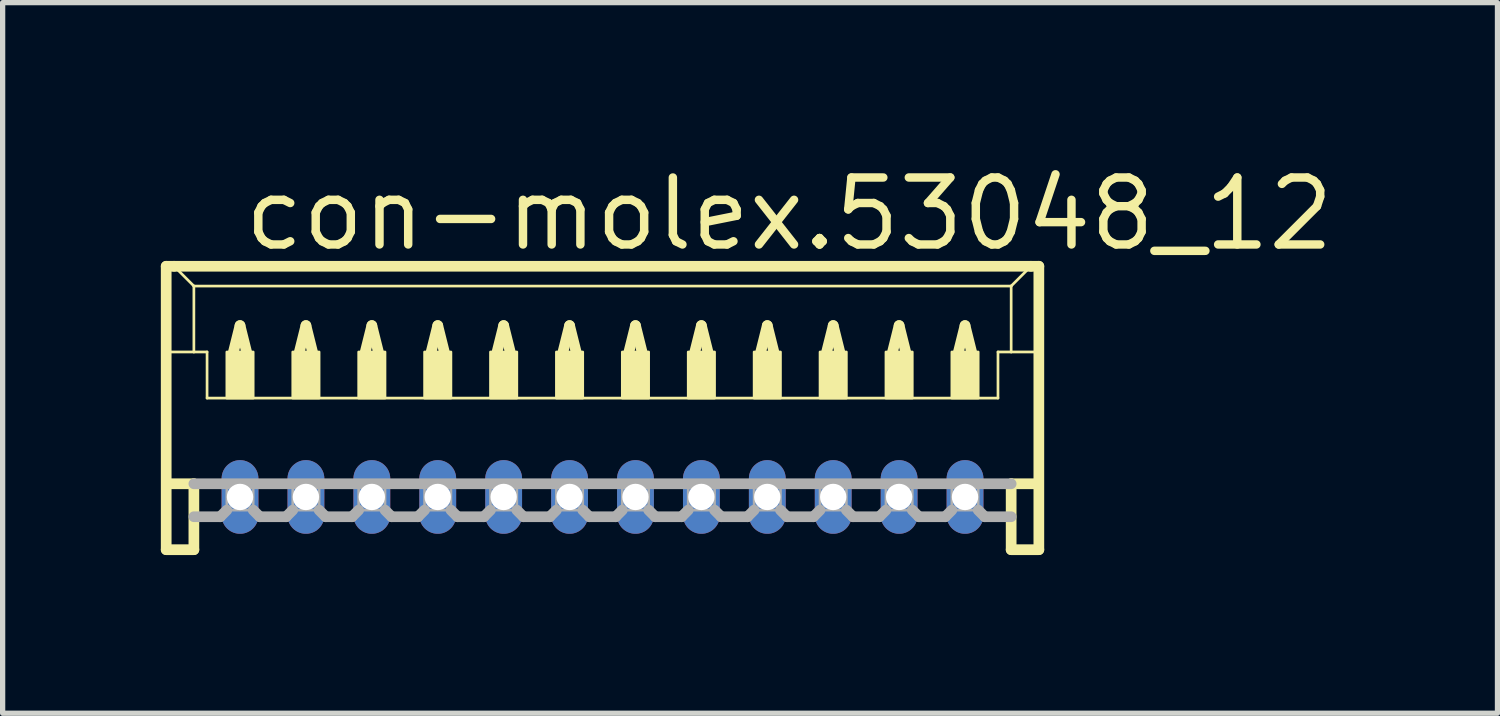
<source format=kicad_pcb>
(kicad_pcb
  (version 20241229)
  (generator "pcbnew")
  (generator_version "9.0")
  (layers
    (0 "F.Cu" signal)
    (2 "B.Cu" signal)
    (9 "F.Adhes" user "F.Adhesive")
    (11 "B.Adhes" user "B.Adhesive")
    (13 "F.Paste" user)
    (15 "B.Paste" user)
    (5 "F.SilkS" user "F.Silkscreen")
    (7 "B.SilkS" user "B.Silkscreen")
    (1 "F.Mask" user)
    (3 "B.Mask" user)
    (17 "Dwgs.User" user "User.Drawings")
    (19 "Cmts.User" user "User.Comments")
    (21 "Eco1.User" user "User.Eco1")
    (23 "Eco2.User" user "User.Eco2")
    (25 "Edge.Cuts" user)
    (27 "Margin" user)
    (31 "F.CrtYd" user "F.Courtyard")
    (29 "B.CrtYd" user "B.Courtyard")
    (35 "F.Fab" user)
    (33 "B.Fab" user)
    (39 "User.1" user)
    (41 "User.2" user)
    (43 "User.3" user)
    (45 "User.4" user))
  (footprint "con-molex.53048_12"
    (layer "F.Cu")
    (at 8.377 5.125)
    (property "Reference" "con-molex.53048_12" (at -6.875 -3.375 0) (layer "F.SilkS") (effects (font (size 1.27 1.27) (thickness 0.16)) (justify left bottom)))
    (attr through_hole)
    (fp_line (start -8.275 -3.125) (end -8.275 2.25) (stroke (width 0.203) (type default)) (layer "F.SilkS"))
    (fp_line (start -8.275 2.25) (end -7.75 2.25) (stroke (width 0.203) (type default)) (layer "F.SilkS"))
    (fp_line (start -8.25 -1.5) (end -7.75 -1.5) (stroke (width 0.051) (type default)) (layer "F.SilkS"))
    (fp_line (start -8.25 1) (end -7.75 1) (stroke (width 0.203) (type default)) (layer "F.SilkS"))
    (fp_line (start -8.125 -3.125) (end -8.275 -3.125) (stroke (width 0.203) (type default)) (layer "F.SilkS"))
    (fp_line (start -7.75 -2.75) (end -8.125 -3.125) (stroke (width 0.051) (type default)) (layer "F.SilkS"))
    (fp_line (start -7.75 -2.75) (end 7.75 -2.75) (stroke (width 0.051) (type default)) (layer "F.SilkS"))
    (fp_line (start -7.75 -1.5) (end -7.75 -2.75) (stroke (width 0.051) (type default)) (layer "F.SilkS"))
    (fp_line (start -7.75 -1.5) (end -7.5 -1.5) (stroke (width 0.051) (type default)) (layer "F.SilkS"))
    (fp_line (start -7.75 1) (end -7.75 2.25) (stroke (width 0.203) (type default)) (layer "F.SilkS"))
    (fp_line (start -7.5 -1.5) (end -7.5 -0.625) (stroke (width 0.051) (type default)) (layer "F.SilkS"))
    (fp_line (start -7.5 -0.625) (end 7.5 -0.625) (stroke (width 0.051) (type default)) (layer "F.SilkS"))
    (fp_line (start -7 -1.5) (end -6.875 -2) (stroke (width 0.203) (type default)) (layer "F.SilkS"))
    (fp_line (start -6.875 -2) (end -6.75 -1.5) (stroke (width 0.203) (type default)) (layer "F.SilkS"))
    (fp_line (start -5.75 -1.5) (end -5.625 -2) (stroke (width 0.203) (type default)) (layer "F.SilkS"))
    (fp_line (start -5.625 -2) (end -5.5 -1.5) (stroke (width 0.203) (type default)) (layer "F.SilkS"))
    (fp_line (start -4.5 -1.5) (end -4.375 -2) (stroke (width 0.203) (type default)) (layer "F.SilkS"))
    (fp_line (start -4.375 -2) (end -4.25 -1.5) (stroke (width 0.203) (type default)) (layer "F.SilkS"))
    (fp_line (start -3.25 -1.5) (end -3.125 -2) (stroke (width 0.203) (type default)) (layer "F.SilkS"))
    (fp_line (start -3.125 -2) (end -3 -1.5) (stroke (width 0.203) (type default)) (layer "F.SilkS"))
    (fp_line (start -2 -1.5) (end -1.875 -2) (stroke (width 0.203) (type default)) (layer "F.SilkS"))
    (fp_line (start -1.875 -2) (end -1.75 -1.5) (stroke (width 0.203) (type default)) (layer "F.SilkS"))
    (fp_line (start -0.75 -1.5) (end -0.625 -2) (stroke (width 0.203) (type default)) (layer "F.SilkS"))
    (fp_line (start -0.625 -2) (end -0.5 -1.5) (stroke (width 0.203) (type default)) (layer "F.SilkS"))
    (fp_line (start 0.5 -1.5) (end 0.625 -2) (stroke (width 0.203) (type default)) (layer "F.SilkS"))
    (fp_line (start 0.625 -2) (end 0.75 -1.5) (stroke (width 0.203) (type default)) (layer "F.SilkS"))
    (fp_line (start 1.75 -1.5) (end 1.875 -2) (stroke (width 0.203) (type default)) (layer "F.SilkS"))
    (fp_line (start 1.875 -2) (end 2 -1.5) (stroke (width 0.203) (type default)) (layer "F.SilkS"))
    (fp_line (start 3 -1.5) (end 3.125 -2) (stroke (width 0.203) (type default)) (layer "F.SilkS"))
    (fp_line (start 3.125 -2) (end 3.25 -1.5) (stroke (width 0.203) (type default)) (layer "F.SilkS"))
    (fp_line (start 4.25 -1.5) (end 4.375 -2) (stroke (width 0.203) (type default)) (layer "F.SilkS"))
    (fp_line (start 4.375 -2) (end 4.5 -1.5) (stroke (width 0.203) (type default)) (layer "F.SilkS"))
    (fp_line (start 5.5 -1.5) (end 5.625 -2) (stroke (width 0.203) (type default)) (layer "F.SilkS"))
    (fp_line (start 5.625 -2) (end 5.75 -1.5) (stroke (width 0.203) (type default)) (layer "F.SilkS"))
    (fp_line (start 6.75 -1.5) (end 6.875 -2) (stroke (width 0.203) (type default)) (layer "F.SilkS"))
    (fp_line (start 6.875 -2) (end 7 -1.5) (stroke (width 0.203) (type default)) (layer "F.SilkS"))
    (fp_line (start 7.5 -1.5) (end 7.5 -0.625) (stroke (width 0.051) (type default)) (layer "F.SilkS"))
    (fp_line (start 7.5 -1.5) (end 7.75 -1.5) (stroke (width 0.051) (type default)) (layer "F.SilkS"))
    (fp_line (start 7.75 -2.75) (end 7.75 -1.5) (stroke (width 0.051) (type default)) (layer "F.SilkS"))
    (fp_line (start 7.75 -2.75) (end 8.125 -3.125) (stroke (width 0.051) (type default)) (layer "F.SilkS"))
    (fp_line (start 7.75 -1.5) (end 8.25 -1.5) (stroke (width 0.051) (type default)) (layer "F.SilkS"))
    (fp_line (start 7.75 1) (end 7.75 2.25) (stroke (width 0.203) (type default)) (layer "F.SilkS"))
    (fp_line (start 7.75 1) (end 8.25 1) (stroke (width 0.203) (type default)) (layer "F.SilkS"))
    (fp_line (start 7.75 2.25) (end 8.275 2.25) (stroke (width 0.203) (type default)) (layer "F.SilkS"))
    (fp_line (start 8.125 -3.125) (end -8.125 -3.125) (stroke (width 0.203) (type default)) (layer "F.SilkS"))
    (fp_line (start 8.275 -3.125) (end 8.125 -3.125) (stroke (width 0.203) (type default)) (layer "F.SilkS"))
    (fp_line (start 8.275 2.25) (end 8.275 -3.125) (stroke (width 0.203) (type default)) (layer "F.SilkS"))
    (fp_rect (start -7.125 -0.625) (end -6.625 -1.5) (stroke (width 0.05) (type default)) (fill yes) (layer "F.SilkS"))
    (fp_rect (start -5.875 -0.625) (end -5.375 -1.5) (stroke (width 0.05) (type default)) (fill yes) (layer "F.SilkS"))
    (fp_rect (start -4.625 -0.625) (end -4.125 -1.5) (stroke (width 0.05) (type default)) (fill yes) (layer "F.SilkS"))
    (fp_rect (start -3.375 -0.625) (end -2.875 -1.5) (stroke (width 0.05) (type default)) (fill yes) (layer "F.SilkS"))
    (fp_rect (start -2.125 -0.625) (end -1.625 -1.5) (stroke (width 0.05) (type default)) (fill yes) (layer "F.SilkS"))
    (fp_rect (start -0.875 -0.625) (end -0.375 -1.5) (stroke (width 0.05) (type default)) (fill yes) (layer "F.SilkS"))
    (fp_rect (start 0.375 -0.625) (end 0.875 -1.5) (stroke (width 0.05) (type default)) (fill yes) (layer "F.SilkS"))
    (fp_rect (start 1.625 -0.625) (end 2.125 -1.5) (stroke (width 0.05) (type default)) (fill yes) (layer "F.SilkS"))
    (fp_rect (start 2.875 -0.625) (end 3.375 -1.5) (stroke (width 0.05) (type default)) (fill yes) (layer "F.SilkS"))
    (fp_rect (start 4.125 -0.625) (end 4.625 -1.5) (stroke (width 0.05) (type default)) (fill yes) (layer "F.SilkS"))
    (fp_rect (start 5.375 -0.625) (end 5.875 -1.5) (stroke (width 0.05) (type default)) (fill yes) (layer "F.SilkS"))
    (fp_rect (start 6.625 -0.625) (end 7.125 -1.5) (stroke (width 0.05) (type default)) (fill yes) (layer "F.SilkS"))
    (fp_line (start -7.75 1) (end 7.75 1) (stroke (width 0.203) (type default)) (layer "F.Fab"))
    (fp_line (start -7.25 1.625) (end -7.75 1.625) (stroke (width 0.203) (type default)) (layer "F.Fab"))
    (fp_line (start -7.125 1.5) (end -7.25 1.625) (stroke (width 0.203) (type default)) (layer "F.Fab"))
    (fp_line (start -6.625 1.5) (end -6.5 1.625) (stroke (width 0.203) (type default)) (layer "F.Fab"))
    (fp_line (start -6 1.625) (end -6.5 1.625) (stroke (width 0.203) (type default)) (layer "F.Fab"))
    (fp_line (start -5.875 1.5) (end -6 1.625) (stroke (width 0.203) (type default)) (layer "F.Fab"))
    (fp_line (start -5.375 1.5) (end -5.25 1.625) (stroke (width 0.203) (type default)) (layer "F.Fab"))
    (fp_line (start -4.75 1.625) (end -5.25 1.625) (stroke (width 0.203) (type default)) (layer "F.Fab"))
    (fp_line (start -4.625 1.5) (end -4.75 1.625) (stroke (width 0.203) (type default)) (layer "F.Fab"))
    (fp_line (start -4.125 1.5) (end -4 1.625) (stroke (width 0.203) (type default)) (layer "F.Fab"))
    (fp_line (start -3.5 1.625) (end -4 1.625) (stroke (width 0.203) (type default)) (layer "F.Fab"))
    (fp_line (start -3.375 1.5) (end -3.5 1.625) (stroke (width 0.203) (type default)) (layer "F.Fab"))
    (fp_line (start -2.875 1.5) (end -2.75 1.625) (stroke (width 0.203) (type default)) (layer "F.Fab"))
    (fp_line (start -2.25 1.625) (end -2.75 1.625) (stroke (width 0.203) (type default)) (layer "F.Fab"))
    (fp_line (start -2.125 1.5) (end -2.25 1.625) (stroke (width 0.203) (type default)) (layer "F.Fab"))
    (fp_line (start -1.625 1.5) (end -1.5 1.625) (stroke (width 0.203) (type default)) (layer "F.Fab"))
    (fp_line (start -1 1.625) (end -1.5 1.625) (stroke (width 0.203) (type default)) (layer "F.Fab"))
    (fp_line (start -0.875 1.5) (end -1 1.625) (stroke (width 0.203) (type default)) (layer "F.Fab"))
    (fp_line (start -0.375 1.5) (end -0.25 1.625) (stroke (width 0.203) (type default)) (layer "F.Fab"))
    (fp_line (start 0.25 1.625) (end -0.25 1.625) (stroke (width 0.203) (type default)) (layer "F.Fab"))
    (fp_line (start 0.375 1.5) (end 0.25 1.625) (stroke (width 0.203) (type default)) (layer "F.Fab"))
    (fp_line (start 0.875 1.5) (end 1 1.625) (stroke (width 0.203) (type default)) (layer "F.Fab"))
    (fp_line (start 1.5 1.625) (end 1 1.625) (stroke (width 0.203) (type default)) (layer "F.Fab"))
    (fp_line (start 1.625 1.5) (end 1.5 1.625) (stroke (width 0.203) (type default)) (layer "F.Fab"))
    (fp_line (start 2.125 1.5) (end 2.25 1.625) (stroke (width 0.203) (type default)) (layer "F.Fab"))
    (fp_line (start 2.75 1.625) (end 2.25 1.625) (stroke (width 0.203) (type default)) (layer "F.Fab"))
    (fp_line (start 2.875 1.5) (end 2.75 1.625) (stroke (width 0.203) (type default)) (layer "F.Fab"))
    (fp_line (start 3.375 1.5) (end 3.5 1.625) (stroke (width 0.203) (type default)) (layer "F.Fab"))
    (fp_line (start 4 1.625) (end 3.5 1.625) (stroke (width 0.203) (type default)) (layer "F.Fab"))
    (fp_line (start 4.125 1.5) (end 4 1.625) (stroke (width 0.203) (type default)) (layer "F.Fab"))
    (fp_line (start 4.625 1.5) (end 4.75 1.625) (stroke (width 0.203) (type default)) (layer "F.Fab"))
    (fp_line (start 5.25 1.625) (end 4.75 1.625) (stroke (width 0.203) (type default)) (layer "F.Fab"))
    (fp_line (start 5.375 1.5) (end 5.25 1.625) (stroke (width 0.203) (type default)) (layer "F.Fab"))
    (fp_line (start 5.875 1.5) (end 6 1.625) (stroke (width 0.203) (type default)) (layer "F.Fab"))
    (fp_line (start 6.5 1.625) (end 6 1.625) (stroke (width 0.203) (type default)) (layer "F.Fab"))
    (fp_line (start 6.625 1.5) (end 6.5 1.625) (stroke (width 0.203) (type default)) (layer "F.Fab"))
    (fp_line (start 7.125 1.5) (end 7.25 1.625) (stroke (width 0.203) (type default)) (layer "F.Fab"))
    (fp_line (start 7.75 1.625) (end 7.25 1.625) (stroke (width 0.203) (type default)) (layer "F.Fab"))
    (fp_rect (start -7.125 1.5) (end -6.625 1) (stroke (width 0.05) (type default)) (fill no) (layer "F.Fab"))
    (fp_rect (start -5.875 1.5) (end -5.375 1) (stroke (width 0.05) (type default)) (fill no) (layer "F.Fab"))
    (fp_rect (start -4.625 1.5) (end -4.125 1) (stroke (width 0.05) (type default)) (fill no) (layer "F.Fab"))
    (fp_rect (start -3.375 1.5) (end -2.875 1) (stroke (width 0.05) (type default)) (fill no) (layer "F.Fab"))
    (fp_rect (start -2.125 1.5) (end -1.625 1) (stroke (width 0.05) (type default)) (fill no) (layer "F.Fab"))
    (fp_rect (start -0.875 1.5) (end -0.375 1) (stroke (width 0.05) (type default)) (fill no) (layer "F.Fab"))
    (fp_rect (start 0.375 1.5) (end 0.875 1) (stroke (width 0.05) (type default)) (fill no) (layer "F.Fab"))
    (fp_rect (start 1.625 1.5) (end 2.125 1) (stroke (width 0.05) (type default)) (fill no) (layer "F.Fab"))
    (fp_rect (start 2.875 1.5) (end 3.375 1) (stroke (width 0.05) (type default)) (fill no) (layer "F.Fab"))
    (fp_rect (start 4.125 1.5) (end 4.625 1) (stroke (width 0.05) (type default)) (fill no) (layer "F.Fab"))
    (fp_rect (start 5.375 1.5) (end 5.875 1) (stroke (width 0.05) (type default)) (fill no) (layer "F.Fab"))
    (fp_rect (start 6.625 1.5) (end 7.125 1) (stroke (width 0.05) (type default)) (fill no) (layer "F.Fab"))
    (pad "1" thru_hole oval (at 6.875 1.25 90) (size 1.397 0.698) (drill 0.5) (layers "*.Cu" "*.Mask"))
    (pad "2" thru_hole oval (at 5.625 1.25 90) (size 1.397 0.698) (drill 0.5) (layers "*.Cu" "*.Mask"))
    (pad "3" thru_hole oval (at 4.375 1.25 90) (size 1.397 0.698) (drill 0.5) (layers "*.Cu" "*.Mask"))
    (pad "4" thru_hole oval (at 3.125 1.25 90) (size 1.397 0.698) (drill 0.5) (layers "*.Cu" "*.Mask"))
    (pad "5" thru_hole oval (at 1.875 1.25 90) (size 1.397 0.698) (drill 0.5) (layers "*.Cu" "*.Mask"))
    (pad "6" thru_hole oval (at 0.625 1.25 90) (size 1.397 0.698) (drill 0.5) (layers "*.Cu" "*.Mask"))
    (pad "7" thru_hole oval (at -0.625 1.25 90) (size 1.397 0.698) (drill 0.5) (layers "*.Cu" "*.Mask"))
    (pad "8" thru_hole oval (at -1.875 1.25 90) (size 1.397 0.698) (drill 0.5) (layers "*.Cu" "*.Mask"))
    (pad "9" thru_hole oval (at -3.125 1.25 90) (size 1.397 0.698) (drill 0.5) (layers "*.Cu" "*.Mask"))
    (pad "10" thru_hole oval (at -4.375 1.25 90) (size 1.397 0.698) (drill 0.5) (layers "*.Cu" "*.Mask"))
    (pad "11" thru_hole oval (at -5.625 1.25 90) (size 1.397 0.698) (drill 0.5) (layers "*.Cu" "*.Mask"))
    (pad "12" thru_hole oval (at -6.875 1.25 90) (size 1.397 0.698) (drill 0.5) (layers "*.Cu" "*.Mask")))
  (gr_rect
    (start -3 -3)
    (end 25.35 10.477)
    (stroke (width 0.1) (type default))
    (fill no)
    (layer "Edge.Cuts")))
</source>
